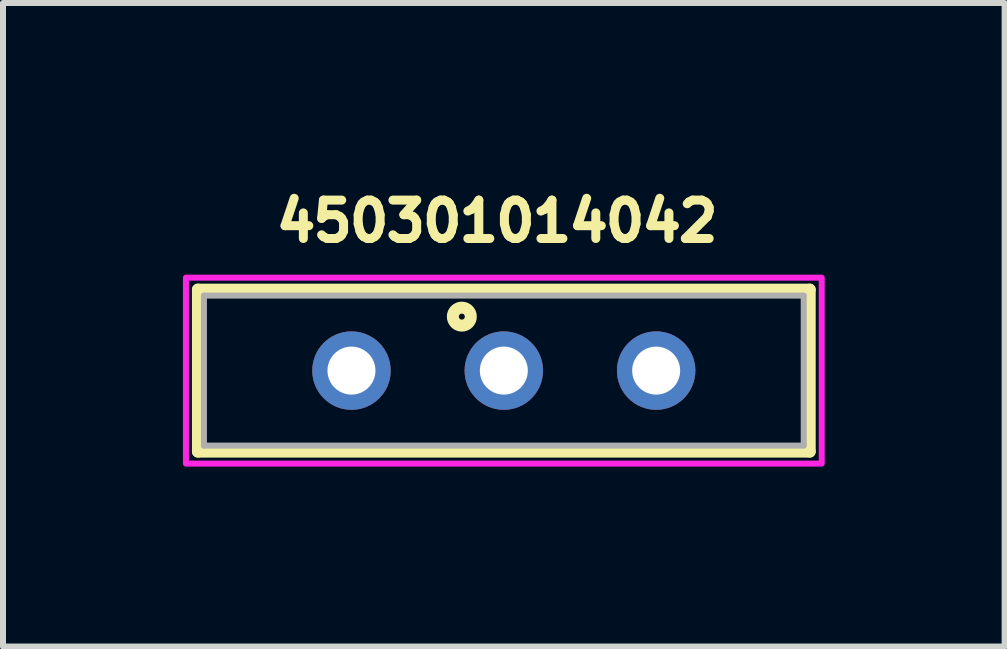
<source format=kicad_pcb>
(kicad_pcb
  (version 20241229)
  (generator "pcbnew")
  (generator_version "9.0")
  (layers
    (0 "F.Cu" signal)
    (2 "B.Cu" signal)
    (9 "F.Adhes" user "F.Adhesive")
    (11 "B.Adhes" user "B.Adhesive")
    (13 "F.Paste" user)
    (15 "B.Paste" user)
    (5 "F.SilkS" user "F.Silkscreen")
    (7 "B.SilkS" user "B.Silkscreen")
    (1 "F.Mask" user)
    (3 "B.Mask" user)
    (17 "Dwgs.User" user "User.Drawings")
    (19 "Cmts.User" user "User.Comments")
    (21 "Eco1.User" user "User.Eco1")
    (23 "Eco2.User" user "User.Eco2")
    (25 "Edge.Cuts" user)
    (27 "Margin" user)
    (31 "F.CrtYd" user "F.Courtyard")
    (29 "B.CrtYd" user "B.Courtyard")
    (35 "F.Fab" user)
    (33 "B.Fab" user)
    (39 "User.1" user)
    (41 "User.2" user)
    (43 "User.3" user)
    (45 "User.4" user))
  (footprint "450301014042"
    (layer "F.Cu")
    (at 5.35 3.129)
    (property "Reference" "450301014042" (at -0.112 -2.491 0) (layer "F.SilkS") (effects (font (size 0.64 0.64) (thickness 0.15))))
    (attr through_hole)
    (fp_line (start -5.1 -1.35) (end 5.1 -1.35) (stroke (width 0.2) (type solid)) (layer "F.SilkS"))
    (fp_line (start -5.1 1.35) (end -5.1 -1.35) (stroke (width 0.2) (type solid)) (layer "F.SilkS"))
    (fp_line (start 5.1 -1.35) (end 5.1 1.35) (stroke (width 0.2) (type solid)) (layer "F.SilkS"))
    (fp_line (start 5.1 1.35) (end -5.1 1.35) (stroke (width 0.2) (type solid)) (layer "F.SilkS"))
    (fp_circle (center -0.7 -0.9) (end -0.65 -0.9) (stroke (width 0.2) (type solid)) (fill no) (layer "F.SilkS"))
    (fp_poly (pts (xy -5.3 -1.55) (xy 5.3 -1.55) (xy 5.3 1.55) (xy -5.3 1.55)) (stroke (width 0.1) (type solid)) (fill no) (layer "F.CrtYd"))
    (fp_line (start -5 -1.25) (end -5 1.25) (stroke (width 0.1) (type solid)) (layer "F.Fab"))
    (fp_line (start -5 1.25) (end 5 1.25) (stroke (width 0.1) (type solid)) (layer "F.Fab"))
    (fp_line (start 5 -1.25) (end -5 -1.25) (stroke (width 0.1) (type solid)) (layer "F.Fab"))
    (fp_line (start 5 1.25) (end 5 -1.25) (stroke (width 0.1) (type solid)) (layer "F.Fab"))
    (pad "1" thru_hole circle (at 0 0) (size 1.308 1.308) (drill 0.8) (layers "*.Cu" "*.Mask"))
    (pad "2" thru_hole circle (at -2.54 0) (size 1.308 1.308) (drill 0.8) (layers "*.Cu" "*.Mask"))
    (pad "3" thru_hole circle (at 2.54 0) (size 1.308 1.308) (drill 0.8) (layers "*.Cu" "*.Mask")))
  (gr_rect
    (start -3 -3)
    (end 13.7 7.729)
    (stroke (width 0.1) (type default))
    (fill no)
    (layer "Edge.Cuts")))
</source>
